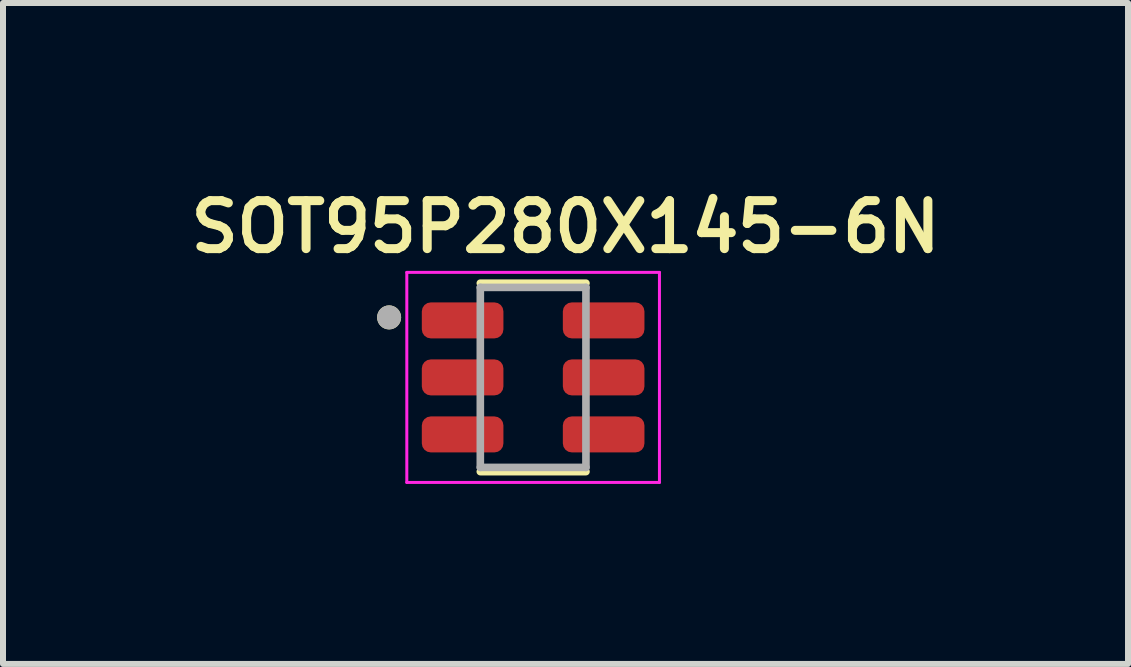
<source format=kicad_pcb>
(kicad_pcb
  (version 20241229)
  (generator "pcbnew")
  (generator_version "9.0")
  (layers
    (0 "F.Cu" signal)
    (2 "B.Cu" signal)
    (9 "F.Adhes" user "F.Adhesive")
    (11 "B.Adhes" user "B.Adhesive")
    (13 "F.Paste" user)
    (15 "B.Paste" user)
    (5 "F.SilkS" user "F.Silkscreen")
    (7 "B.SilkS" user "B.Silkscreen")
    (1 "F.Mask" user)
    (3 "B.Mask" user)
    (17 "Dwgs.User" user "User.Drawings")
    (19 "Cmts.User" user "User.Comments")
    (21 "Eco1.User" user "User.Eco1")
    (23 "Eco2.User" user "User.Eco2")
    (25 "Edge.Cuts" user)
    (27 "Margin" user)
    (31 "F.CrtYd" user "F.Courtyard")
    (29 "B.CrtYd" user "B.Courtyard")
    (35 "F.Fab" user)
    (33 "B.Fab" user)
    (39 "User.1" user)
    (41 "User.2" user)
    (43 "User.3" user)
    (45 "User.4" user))
  (footprint "SOT95P280X145-6N"
    (layer "F.Cu")
    (at 5.834 3.239)
    (property "Reference" "SOT95P280X145-6N" (at 0.54 -2.508 0) (layer "F.SilkS") (effects (font (size 0.8 0.8) (thickness 0.15))))
    (attr smd)
    (fp_line (start -0.88 -1.57) (end 0.88 -1.57) (stroke (width 0.127) (type solid)) (layer "F.SilkS"))
    (fp_line (start 0.88 1.57) (end -0.88 1.57) (stroke (width 0.127) (type solid)) (layer "F.SilkS"))
    (fp_circle (center -2.4 -1) (end -2.3 -1) (stroke (width 0.2) (type solid)) (fill no) (layer "F.SilkS"))
    (fp_line (start -2.105 -1.75) (end -2.105 1.75) (stroke (width 0.05) (type solid)) (layer "F.CrtYd"))
    (fp_line (start -2.105 -1.75) (end 2.105 -1.75) (stroke (width 0.05) (type solid)) (layer "F.CrtYd"))
    (fp_line (start -2.105 1.75) (end 2.105 1.75) (stroke (width 0.05) (type solid)) (layer "F.CrtYd"))
    (fp_line (start 2.105 -1.75) (end 2.105 1.75) (stroke (width 0.05) (type solid)) (layer "F.CrtYd"))
    (fp_line (start -0.88 -1.5) (end -0.88 1.5) (stroke (width 0.127) (type solid)) (layer "F.Fab"))
    (fp_line (start -0.88 -1.5) (end 0.88 -1.5) (stroke (width 0.127) (type solid)) (layer "F.Fab"))
    (fp_line (start -0.88 1.5) (end 0.88 1.5) (stroke (width 0.127) (type solid)) (layer "F.Fab"))
    (fp_line (start 0.88 -1.5) (end 0.88 1.5) (stroke (width 0.127) (type solid)) (layer "F.Fab"))
    (fp_circle (center -2.4 -1) (end -2.3 -1) (stroke (width 0.2) (type solid)) (fill no) (layer "F.Fab"))
    (pad "1" smd roundrect (at -1.175 -0.95) (size 1.36 0.6) (layers "F.Cu" "F.Mask" "F.Paste") (roundrect_rratio 0.25))
    (pad "2" smd roundrect (at -1.175 0) (size 1.36 0.6) (layers "F.Cu" "F.Mask" "F.Paste") (roundrect_rratio 0.25))
    (pad "3" smd roundrect (at -1.175 0.95) (size 1.36 0.6) (layers "F.Cu" "F.Mask" "F.Paste") (roundrect_rratio 0.25))
    (pad "4" smd roundrect (at 1.175 0.95) (size 1.36 0.6) (layers "F.Cu" "F.Mask" "F.Paste") (roundrect_rratio 0.25))
    (pad "5" smd roundrect (at 1.175 0) (size 1.36 0.6) (layers "F.Cu" "F.Mask" "F.Paste") (roundrect_rratio 0.25))
    (pad "6" smd roundrect (at 1.175 -0.95) (size 1.36 0.6) (layers "F.Cu" "F.Mask" "F.Paste") (roundrect_rratio 0.25)))
  (gr_rect
    (start -3 -3)
    (end 15.747 8.014)
    (stroke (width 0.1) (type default))
    (fill no)
    (layer "Edge.Cuts")))
</source>
